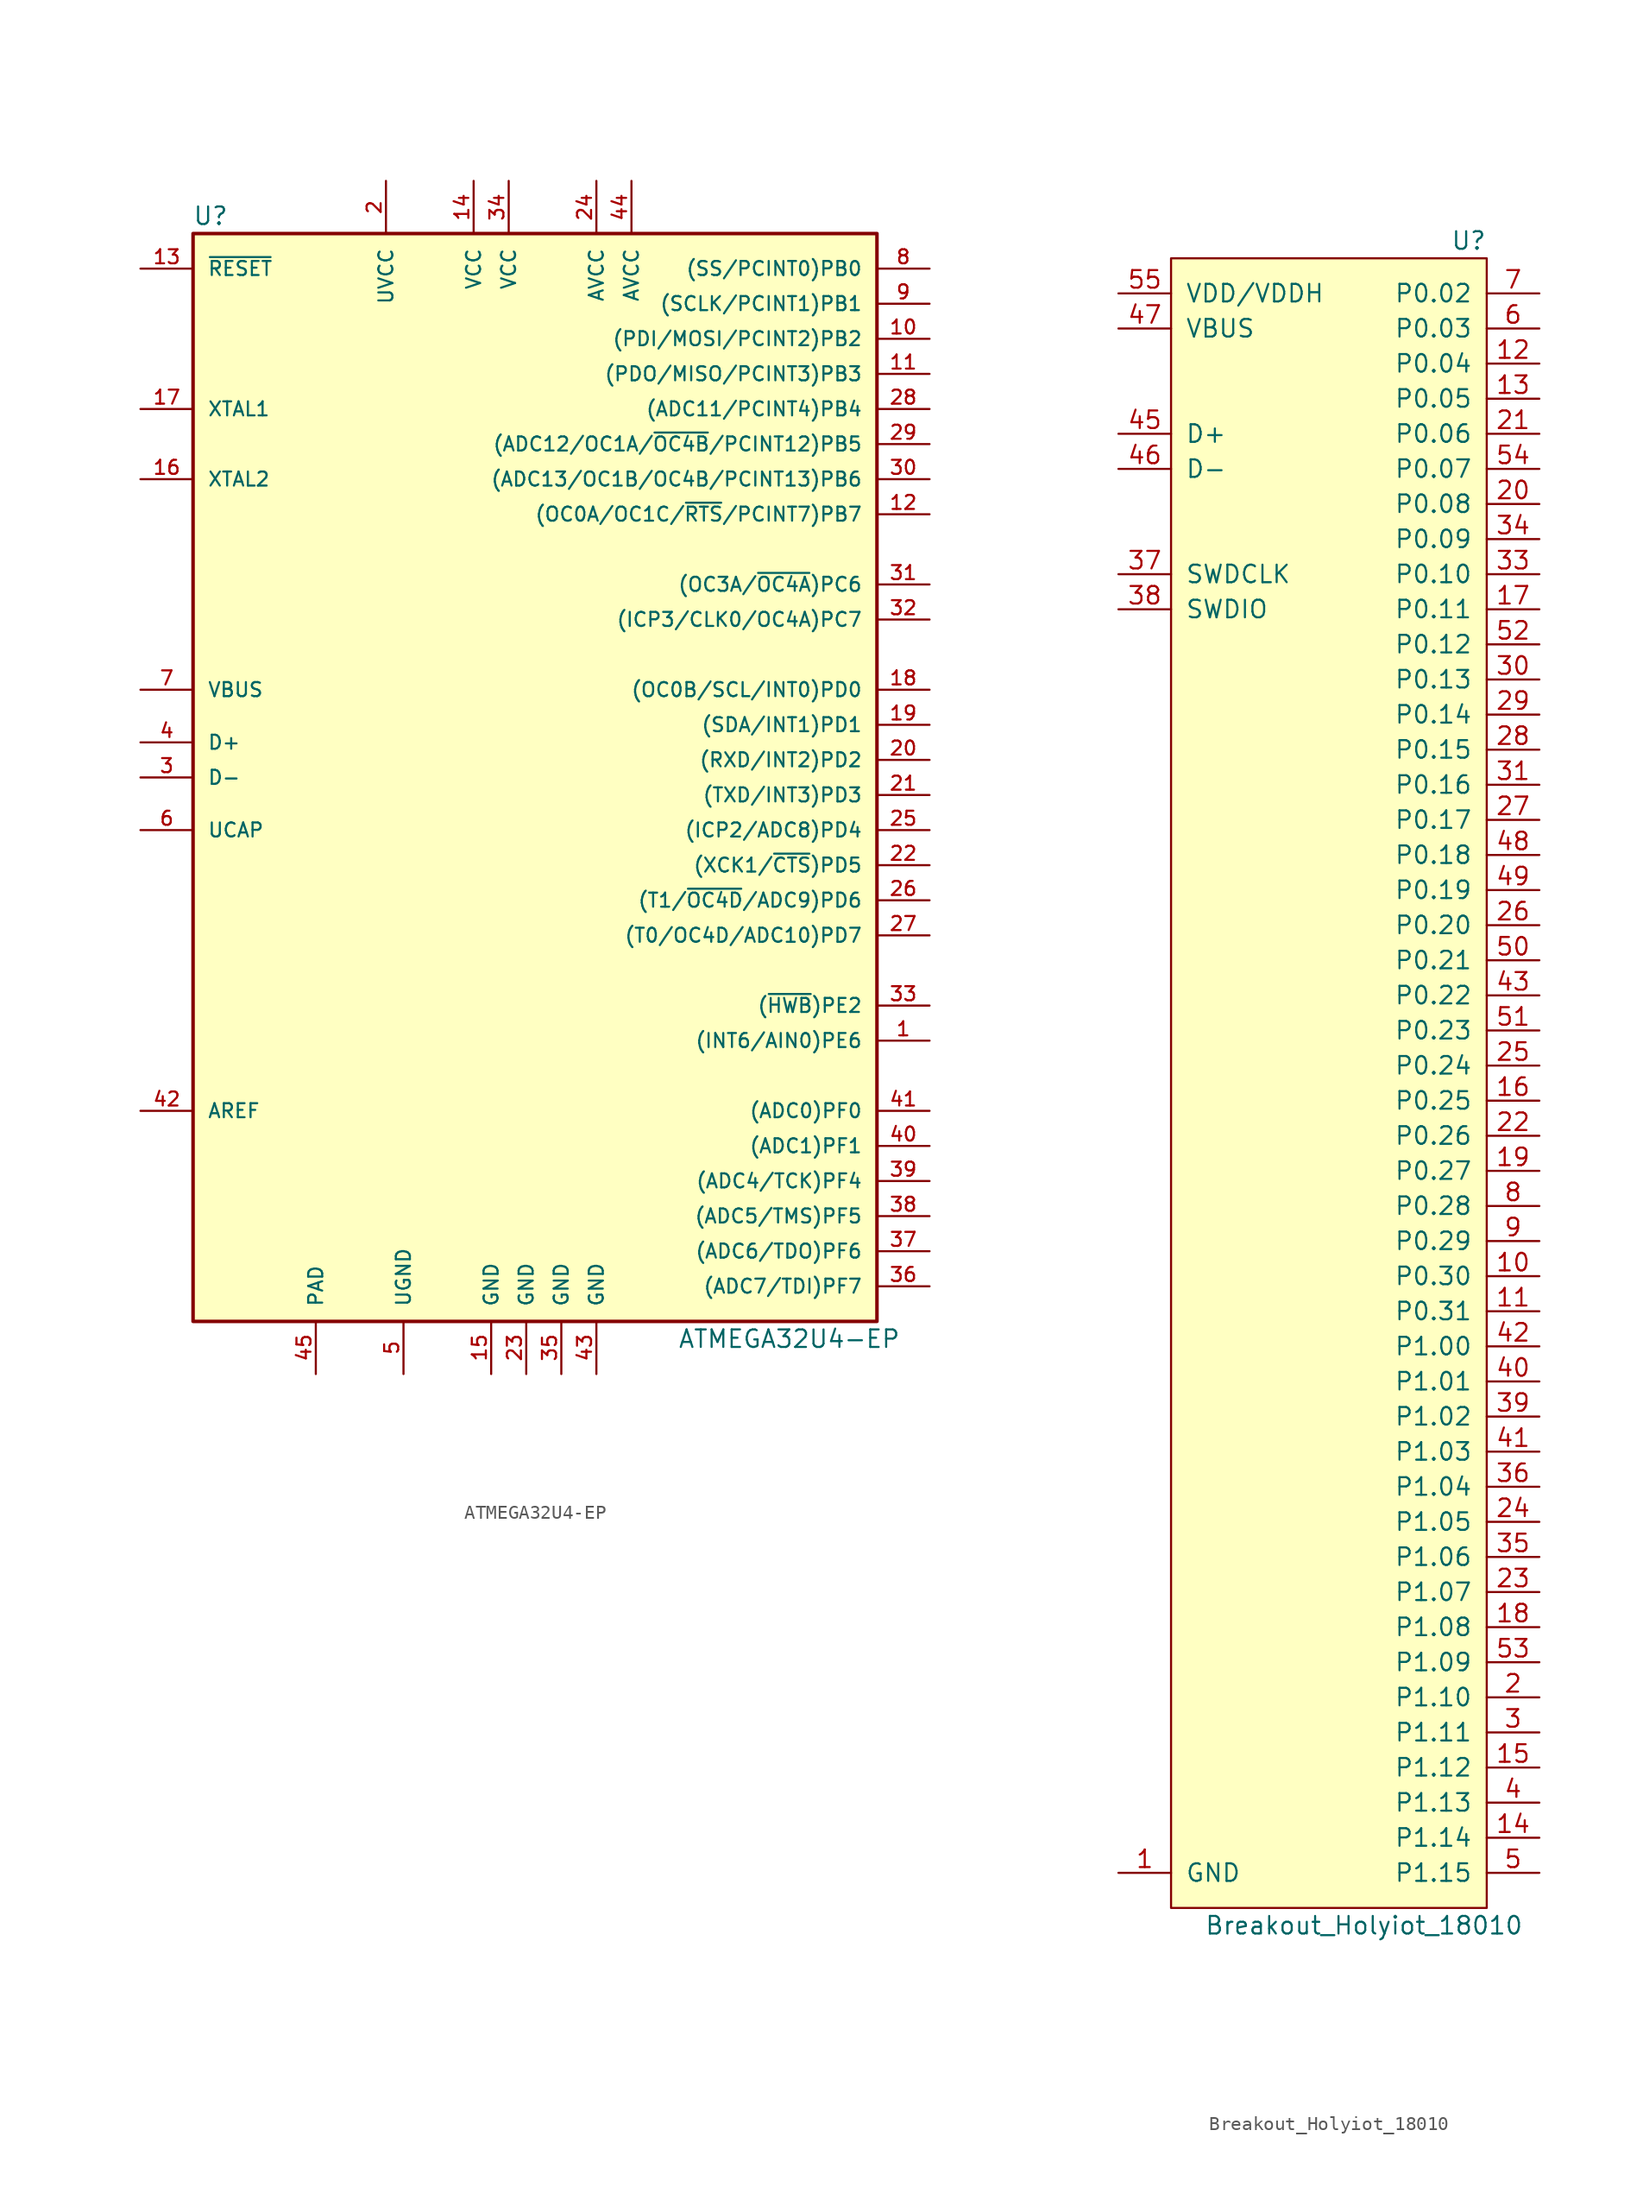
<source format=kicad_sym>
(kicad_symbol_lib
  (version 20220914)
  (generator kicad_symbol_editor)
  (symbol "ATMEGA32U4-EP"
    (pin_names
      (offset 1.016))
    (property "Reference" "U"
      (at -24.13 43.18 0)
      (effects (font (size 1.27 1.27))))
    (property "Value" "ATMEGA32U4-EP"
      (at 17.78 -38.1 0)
      (effects (font (size 1.27 1.27))))
    (symbol "ATMEGA32U4-EP_0_1"
      (rectangle (start -25.4 41.91) (end 24.13 -36.83) (stroke (width 0.254) (type default)) (fill (type background))))
    (symbol "ATMEGA32U4-EP_1_1"
      (pin bidirectional line (at 27.94 -16.51 180) (length 3.81) (name "(INT6/AIN0)PE6" (effects (font (size 1.016 1.016)))) (number "1" (effects (font (size 1.016 1.016)))))
      (pin bidirectional line (at 27.94 34.29 180) (length 3.81) (name "(PDI/MOSI/PCINT2)PB2" (effects (font (size 1.016 1.016)))) (number "10" (effects (font (size 1.016 1.016)))))
      (pin bidirectional line (at 27.94 31.75 180) (length 3.81) (name "(PDO/MISO/PCINT3)PB3" (effects (font (size 1.016 1.016)))) (number "11" (effects (font (size 1.016 1.016)))))
      (pin bidirectional line (at 27.94 21.59 180) (length 3.81) (name "(OC0A/OC1C/~{RTS}/PCINT7)PB7" (effects (font (size 1.016 1.016)))) (number "12" (effects (font (size 1.016 1.016)))))
      (pin input line (at -29.21 39.37 0) (length 3.81) (name "~{RESET}" (effects (font (size 1.016 1.016)))) (number "13" (effects (font (size 1.016 1.016)))))
      (pin power_in line (at -5.08 45.72 270) (length 3.81) (name "VCC" (effects (font (size 1.016 1.016)))) (number "14" (effects (font (size 1.016 1.016)))))
      (pin power_in line (at -3.81 -40.64 90) (length 3.81) (name "GND" (effects (font (size 1.016 1.016)))) (number "15" (effects (font (size 1.016 1.016)))))
      (pin output line (at -29.21 24.13 0) (length 3.81) (name "XTAL2" (effects (font (size 1.016 1.016)))) (number "16" (effects (font (size 1.016 1.016)))))
      (pin input line (at -29.21 29.21 0) (length 3.81) (name "XTAL1" (effects (font (size 1.016 1.016)))) (number "17" (effects (font (size 1.016 1.016)))))
      (pin bidirectional line (at 27.94 8.89 180) (length 3.81) (name "(OC0B/SCL/INT0)PD0" (effects (font (size 1.016 1.016)))) (number "18" (effects (font (size 1.016 1.016)))))
      (pin bidirectional line (at 27.94 6.35 180) (length 3.81) (name "(SDA/INT1)PD1" (effects (font (size 1.016 1.016)))) (number "19" (effects (font (size 1.016 1.016)))))
      (pin power_in line (at -11.43 45.72 270) (length 3.81) (name "UVCC" (effects (font (size 1.016 1.016)))) (number "2" (effects (font (size 1.016 1.016)))))
      (pin bidirectional line (at 27.94 3.81 180) (length 3.81) (name "(RXD/INT2)PD2" (effects (font (size 1.016 1.016)))) (number "20" (effects (font (size 1.016 1.016)))))
      (pin bidirectional line (at 27.94 1.27 180) (length 3.81) (name "(TXD/INT3)PD3" (effects (font (size 1.016 1.016)))) (number "21" (effects (font (size 1.016 1.016)))))
      (pin bidirectional line (at 27.94 -3.81 180) (length 3.81) (name "(XCK1/~{CTS})PD5" (effects (font (size 1.016 1.016)))) (number "22" (effects (font (size 1.016 1.016)))))
      (pin power_in line (at -1.27 -40.64 90) (length 3.81) (name "GND" (effects (font (size 1.016 1.016)))) (number "23" (effects (font (size 1.016 1.016)))))
      (pin power_in line (at 3.81 45.72 270) (length 3.81) (name "AVCC" (effects (font (size 1.016 1.016)))) (number "24" (effects (font (size 1.016 1.016)))))
      (pin bidirectional line (at 27.94 -1.27 180) (length 3.81) (name "(ICP2/ADC8)PD4" (effects (font (size 1.016 1.016)))) (number "25" (effects (font (size 1.016 1.016)))))
      (pin bidirectional line (at 27.94 -6.35 180) (length 3.81) (name "(T1/~{OC4D}/ADC9)PD6" (effects (font (size 1.016 1.016)))) (number "26" (effects (font (size 1.016 1.016)))))
      (pin bidirectional line (at 27.94 -8.89 180) (length 3.81) (name "(T0/OC4D/ADC10)PD7" (effects (font (size 1.016 1.016)))) (number "27" (effects (font (size 1.016 1.016)))))
      (pin bidirectional line (at 27.94 29.21 180) (length 3.81) (name "(ADC11/PCINT4)PB4" (effects (font (size 1.016 1.016)))) (number "28" (effects (font (size 1.016 1.016)))))
      (pin bidirectional line (at 27.94 26.67 180) (length 3.81) (name "(ADC12/OC1A/~{OC4B}/PCINT12)PB5" (effects (font (size 1.016 1.016)))) (number "29" (effects (font (size 1.016 1.016)))))
      (pin bidirectional line (at -29.21 2.54 0) (length 3.81) (name "D-" (effects (font (size 1.016 1.016)))) (number "3" (effects (font (size 1.016 1.016)))))
      (pin bidirectional line (at 27.94 24.13 180) (length 3.81) (name "(ADC13/OC1B/OC4B/PCINT13)PB6" (effects (font (size 1.016 1.016)))) (number "30" (effects (font (size 1.016 1.016)))))
      (pin bidirectional line (at 27.94 16.51 180) (length 3.81) (name "(OC3A/~{OC4A})PC6" (effects (font (size 1.016 1.016)))) (number "31" (effects (font (size 1.016 1.016)))))
      (pin bidirectional line (at 27.94 13.97 180) (length 3.81) (name "(ICP3/CLK0/OC4A)PC7" (effects (font (size 1.016 1.016)))) (number "32" (effects (font (size 1.016 1.016)))))
      (pin bidirectional line (at 27.94 -13.97 180) (length 3.81) (name "(~{HWB})PE2" (effects (font (size 1.016 1.016)))) (number "33" (effects (font (size 1.016 1.016)))))
      (pin power_in line (at -2.54 45.72 270) (length 3.81) (name "VCC" (effects (font (size 1.016 1.016)))) (number "34" (effects (font (size 1.016 1.016)))))
      (pin power_in line (at 1.27 -40.64 90) (length 3.81) (name "GND" (effects (font (size 1.016 1.016)))) (number "35" (effects (font (size 1.016 1.016)))))
      (pin bidirectional line (at 27.94 -34.29 180) (length 3.81) (name "(ADC7/TDI)PF7" (effects (font (size 1.016 1.016)))) (number "36" (effects (font (size 1.016 1.016)))))
      (pin bidirectional line (at 27.94 -31.75 180) (length 3.81) (name "(ADC6/TDO)PF6" (effects (font (size 1.016 1.016)))) (number "37" (effects (font (size 1.016 1.016)))))
      (pin bidirectional line (at 27.94 -29.21 180) (length 3.81) (name "(ADC5/TMS)PF5" (effects (font (size 1.016 1.016)))) (number "38" (effects (font (size 1.016 1.016)))))
      (pin bidirectional line (at 27.94 -26.67 180) (length 3.81) (name "(ADC4/TCK)PF4" (effects (font (size 1.016 1.016)))) (number "39" (effects (font (size 1.016 1.016)))))
      (pin bidirectional line (at -29.21 5.08 0) (length 3.81) (name "D+" (effects (font (size 1.016 1.016)))) (number "4" (effects (font (size 1.016 1.016)))))
      (pin bidirectional line (at 27.94 -24.13 180) (length 3.81) (name "(ADC1)PF1" (effects (font (size 1.016 1.016)))) (number "40" (effects (font (size 1.016 1.016)))))
      (pin bidirectional line (at 27.94 -21.59 180) (length 3.81) (name "(ADC0)PF0" (effects (font (size 1.016 1.016)))) (number "41" (effects (font (size 1.016 1.016)))))
      (pin passive line (at -29.21 -21.59 0) (length 3.81) (name "AREF" (effects (font (size 1.016 1.016)))) (number "42" (effects (font (size 1.016 1.016)))))
      (pin power_in line (at 3.81 -40.64 90) (length 3.81) (name "GND" (effects (font (size 1.016 1.016)))) (number "43" (effects (font (size 1.016 1.016)))))
      (pin power_in line (at 6.35 45.72 270) (length 3.81) (name "AVCC" (effects (font (size 1.016 1.016)))) (number "44" (effects (font (size 1.016 1.016)))))
      (pin input line (at -16.51 -40.64 90) (length 3.81) (name "PAD" (effects (font (size 1.016 1.016)))) (number "45" (effects (font (size 1.016 1.016)))))
      (pin passive line (at -10.16 -40.64 90) (length 3.81) (name "UGND" (effects (font (size 1.016 1.016)))) (number "5" (effects (font (size 1.016 1.016)))))
      (pin passive line (at -29.21 -1.27 0) (length 3.81) (name "UCAP" (effects (font (size 1.016 1.016)))) (number "6" (effects (font (size 1.016 1.016)))))
      (pin passive line (at -29.21 8.89 0) (length 3.81) (name "VBUS" (effects (font (size 1.016 1.016)))) (number "7" (effects (font (size 1.016 1.016)))))
      (pin bidirectional line (at 27.94 39.37 180) (length 3.81) (name "(SS/PCINT0)PB0" (effects (font (size 1.016 1.016)))) (number "8" (effects (font (size 1.016 1.016)))))
      (pin bidirectional line (at 27.94 36.83 180) (length 3.81) (name "(SCLK/PCINT1)PB1" (effects (font (size 1.016 1.016)))) (number "9" (effects (font (size 1.016 1.016)))))))
  (symbol "Breakout_Holyiot_18010"
    (pin_names
      (offset 1.016))
    (property "Reference" "U"
      (at 11.43 57.15 0)
      (effects (font (size 1.27 1.27)) (justify right)))
    (property "Value" "Breakout_Holyiot_18010"
      (at 2.54 -64.77 0)
      (effects (font (size 1.27 1.27))))
    (symbol "Breakout_Holyiot_18010_0_1"
      (rectangle (start -11.43 55.88) (end 11.43 -63.5) (stroke (width 0) (type default)) (fill (type background))))
    (symbol "Breakout_Holyiot_18010_1_1"
      (pin power_in line (at -15.24 -60.96 0) (length 3.81) (name "GND" (effects (font (size 1.27 1.27)))) (number "1" (effects (font (size 1.27 1.27)))))
      (pin bidirectional line (at 15.24 -17.78 180) (length 3.81) (name "P0.30" (effects (font (size 1.27 1.27)))) (number "10" (effects (font (size 1.27 1.27)))))
      (pin bidirectional line (at 15.24 -20.32 180) (length 3.81) (name "P0.31" (effects (font (size 1.27 1.27)))) (number "11" (effects (font (size 1.27 1.27)))))
      (pin bidirectional line (at 15.24 48.26 180) (length 3.81) (name "P0.04" (effects (font (size 1.27 1.27)))) (number "12" (effects (font (size 1.27 1.27)))))
      (pin bidirectional line (at 15.24 45.72 180) (length 3.81) (name "P0.05" (effects (font (size 1.27 1.27)))) (number "13" (effects (font (size 1.27 1.27)))))
      (pin bidirectional line (at 15.24 -58.42 180) (length 3.81) (name "P1.14" (effects (font (size 1.27 1.27)))) (number "14" (effects (font (size 1.27 1.27)))))
      (pin bidirectional line (at 15.24 -53.34 180) (length 3.81) (name "P1.12" (effects (font (size 1.27 1.27)))) (number "15" (effects (font (size 1.27 1.27)))))
      (pin bidirectional line (at 15.24 -5.08 180) (length 3.81) (name "P0.25" (effects (font (size 1.27 1.27)))) (number "16" (effects (font (size 1.27 1.27)))))
      (pin bidirectional line (at 15.24 30.48 180) (length 3.81) (name "P0.11" (effects (font (size 1.27 1.27)))) (number "17" (effects (font (size 1.27 1.27)))))
      (pin bidirectional line (at 15.24 -43.18 180) (length 3.81) (name "P1.08" (effects (font (size 1.27 1.27)))) (number "18" (effects (font (size 1.27 1.27)))))
      (pin bidirectional line (at 15.24 -10.16 180) (length 3.81) (name "P0.27" (effects (font (size 1.27 1.27)))) (number "19" (effects (font (size 1.27 1.27)))))
      (pin bidirectional line (at 15.24 -48.26 180) (length 3.81) (name "P1.10" (effects (font (size 1.27 1.27)))) (number "2" (effects (font (size 1.27 1.27)))))
      (pin bidirectional line (at 15.24 38.1 180) (length 3.81) (name "P0.08" (effects (font (size 1.27 1.27)))) (number "20" (effects (font (size 1.27 1.27)))))
      (pin bidirectional line (at 15.24 43.18 180) (length 3.81) (name "P0.06" (effects (font (size 1.27 1.27)))) (number "21" (effects (font (size 1.27 1.27)))))
      (pin bidirectional line (at 15.24 -7.62 180) (length 3.81) (name "P0.26" (effects (font (size 1.27 1.27)))) (number "22" (effects (font (size 1.27 1.27)))))
      (pin bidirectional line (at 15.24 -40.64 180) (length 3.81) (name "P1.07" (effects (font (size 1.27 1.27)))) (number "23" (effects (font (size 1.27 1.27)))))
      (pin bidirectional line (at 15.24 -35.56 180) (length 3.81) (name "P1.05" (effects (font (size 1.27 1.27)))) (number "24" (effects (font (size 1.27 1.27)))))
      (pin bidirectional line (at 15.24 -2.54 180) (length 3.81) (name "P0.24" (effects (font (size 1.27 1.27)))) (number "25" (effects (font (size 1.27 1.27)))))
      (pin bidirectional line (at 15.24 7.62 180) (length 3.81) (name "P0.20" (effects (font (size 1.27 1.27)))) (number "26" (effects (font (size 1.27 1.27)))))
      (pin bidirectional line (at 15.24 15.24 180) (length 3.81) (name "P0.17" (effects (font (size 1.27 1.27)))) (number "27" (effects (font (size 1.27 1.27)))))
      (pin bidirectional line (at 15.24 20.32 180) (length 3.81) (name "P0.15" (effects (font (size 1.27 1.27)))) (number "28" (effects (font (size 1.27 1.27)))))
      (pin bidirectional line (at 15.24 22.86 180) (length 3.81) (name "P0.14" (effects (font (size 1.27 1.27)))) (number "29" (effects (font (size 1.27 1.27)))))
      (pin bidirectional line (at 15.24 -50.8 180) (length 3.81) (name "P1.11" (effects (font (size 1.27 1.27)))) (number "3" (effects (font (size 1.27 1.27)))))
      (pin bidirectional line (at 15.24 25.4 180) (length 3.81) (name "P0.13" (effects (font (size 1.27 1.27)))) (number "30" (effects (font (size 1.27 1.27)))))
      (pin bidirectional line (at 15.24 17.78 180) (length 3.81) (name "P0.16" (effects (font (size 1.27 1.27)))) (number "31" (effects (font (size 1.27 1.27)))))
      (pin passive line (at -15.24 -60.96 0) (length 3.81) hide (name "GND" (effects (font (size 1.27 1.27)))) (number "32" (effects (font (size 1.27 1.27)))))
      (pin bidirectional line (at 15.24 33.02 180) (length 3.81) (name "P0.10" (effects (font (size 1.27 1.27)))) (number "33" (effects (font (size 1.27 1.27)))))
      (pin bidirectional line (at 15.24 35.56 180) (length 3.81) (name "P0.09" (effects (font (size 1.27 1.27)))) (number "34" (effects (font (size 1.27 1.27)))))
      (pin bidirectional line (at 15.24 -38.1 180) (length 3.81) (name "P1.06" (effects (font (size 1.27 1.27)))) (number "35" (effects (font (size 1.27 1.27)))))
      (pin bidirectional line (at 15.24 -33.02 180) (length 3.81) (name "P1.04" (effects (font (size 1.27 1.27)))) (number "36" (effects (font (size 1.27 1.27)))))
      (pin input line (at -15.24 33.02 0) (length 3.81) (name "SWDCLK" (effects (font (size 1.27 1.27)))) (number "37" (effects (font (size 1.27 1.27)))))
      (pin bidirectional line (at -15.24 30.48 0) (length 3.81) (name "SWDIO" (effects (font (size 1.27 1.27)))) (number "38" (effects (font (size 1.27 1.27)))))
      (pin bidirectional line (at 15.24 -27.94 180) (length 3.81) (name "P1.02" (effects (font (size 1.27 1.27)))) (number "39" (effects (font (size 1.27 1.27)))))
      (pin bidirectional line (at 15.24 -55.88 180) (length 3.81) (name "P1.13" (effects (font (size 1.27 1.27)))) (number "4" (effects (font (size 1.27 1.27)))))
      (pin bidirectional line (at 15.24 -25.4 180) (length 3.81) (name "P1.01" (effects (font (size 1.27 1.27)))) (number "40" (effects (font (size 1.27 1.27)))))
      (pin bidirectional line (at 15.24 -30.48 180) (length 3.81) (name "P1.03" (effects (font (size 1.27 1.27)))) (number "41" (effects (font (size 1.27 1.27)))))
      (pin bidirectional line (at 15.24 -22.86 180) (length 3.81) (name "P1.00" (effects (font (size 1.27 1.27)))) (number "42" (effects (font (size 1.27 1.27)))))
      (pin bidirectional line (at 15.24 2.54 180) (length 3.81) (name "P0.22" (effects (font (size 1.27 1.27)))) (number "43" (effects (font (size 1.27 1.27)))))
      (pin passive line (at -15.24 -60.96 0) (length 3.81) hide (name "GND" (effects (font (size 1.27 1.27)))) (number "44" (effects (font (size 1.27 1.27)))))
      (pin bidirectional line (at -15.24 43.18 0) (length 3.81) (name "D+" (effects (font (size 1.27 1.27)))) (number "45" (effects (font (size 1.27 1.27)))))
      (pin bidirectional line (at -15.24 40.64 0) (length 3.81) (name "D-" (effects (font (size 1.27 1.27)))) (number "46" (effects (font (size 1.27 1.27)))))
      (pin power_in line (at -15.24 50.8 0) (length 3.81) (name "VBUS" (effects (font (size 1.27 1.27)))) (number "47" (effects (font (size 1.27 1.27)))))
      (pin bidirectional line (at 15.24 12.7 180) (length 3.81) (name "P0.18" (effects (font (size 1.27 1.27)))) (number "48" (effects (font (size 1.27 1.27)))))
      (pin bidirectional line (at 15.24 10.16 180) (length 3.81) (name "P0.19" (effects (font (size 1.27 1.27)))) (number "49" (effects (font (size 1.27 1.27)))))
      (pin bidirectional line (at 15.24 -60.96 180) (length 3.81) (name "P1.15" (effects (font (size 1.27 1.27)))) (number "5" (effects (font (size 1.27 1.27)))))
      (pin bidirectional line (at 15.24 5.08 180) (length 3.81) (name "P0.21" (effects (font (size 1.27 1.27)))) (number "50" (effects (font (size 1.27 1.27)))))
      (pin bidirectional line (at 15.24 0 180) (length 3.81) (name "P0.23" (effects (font (size 1.27 1.27)))) (number "51" (effects (font (size 1.27 1.27)))))
      (pin bidirectional line (at 15.24 27.94 180) (length 3.81) (name "P0.12" (effects (font (size 1.27 1.27)))) (number "52" (effects (font (size 1.27 1.27)))))
      (pin bidirectional line (at 15.24 -45.72 180) (length 3.81) (name "P1.09" (effects (font (size 1.27 1.27)))) (number "53" (effects (font (size 1.27 1.27)))))
      (pin bidirectional line (at 15.24 40.64 180) (length 3.81) (name "P0.07" (effects (font (size 1.27 1.27)))) (number "54" (effects (font (size 1.27 1.27)))))
      (pin power_in line (at -15.24 53.34 0) (length 3.81) (name "VDD/VDDH" (effects (font (size 1.27 1.27)))) (number "55" (effects (font (size 1.27 1.27)))))
      (pin bidirectional line (at 15.24 50.8 180) (length 3.81) (name "P0.03" (effects (font (size 1.27 1.27)))) (number "6" (effects (font (size 1.27 1.27)))))
      (pin bidirectional line (at 15.24 53.34 180) (length 3.81) (name "P0.02" (effects (font (size 1.27 1.27)))) (number "7" (effects (font (size 1.27 1.27)))))
      (pin bidirectional line (at 15.24 -12.7 180) (length 3.81) (name "P0.28" (effects (font (size 1.27 1.27)))) (number "8" (effects (font (size 1.27 1.27)))))
      (pin bidirectional line (at 15.24 -15.24 180) (length 3.81) (name "P0.29" (effects (font (size 1.27 1.27)))) (number "9" (effects (font (size 1.27 1.27))))))))
</source>
